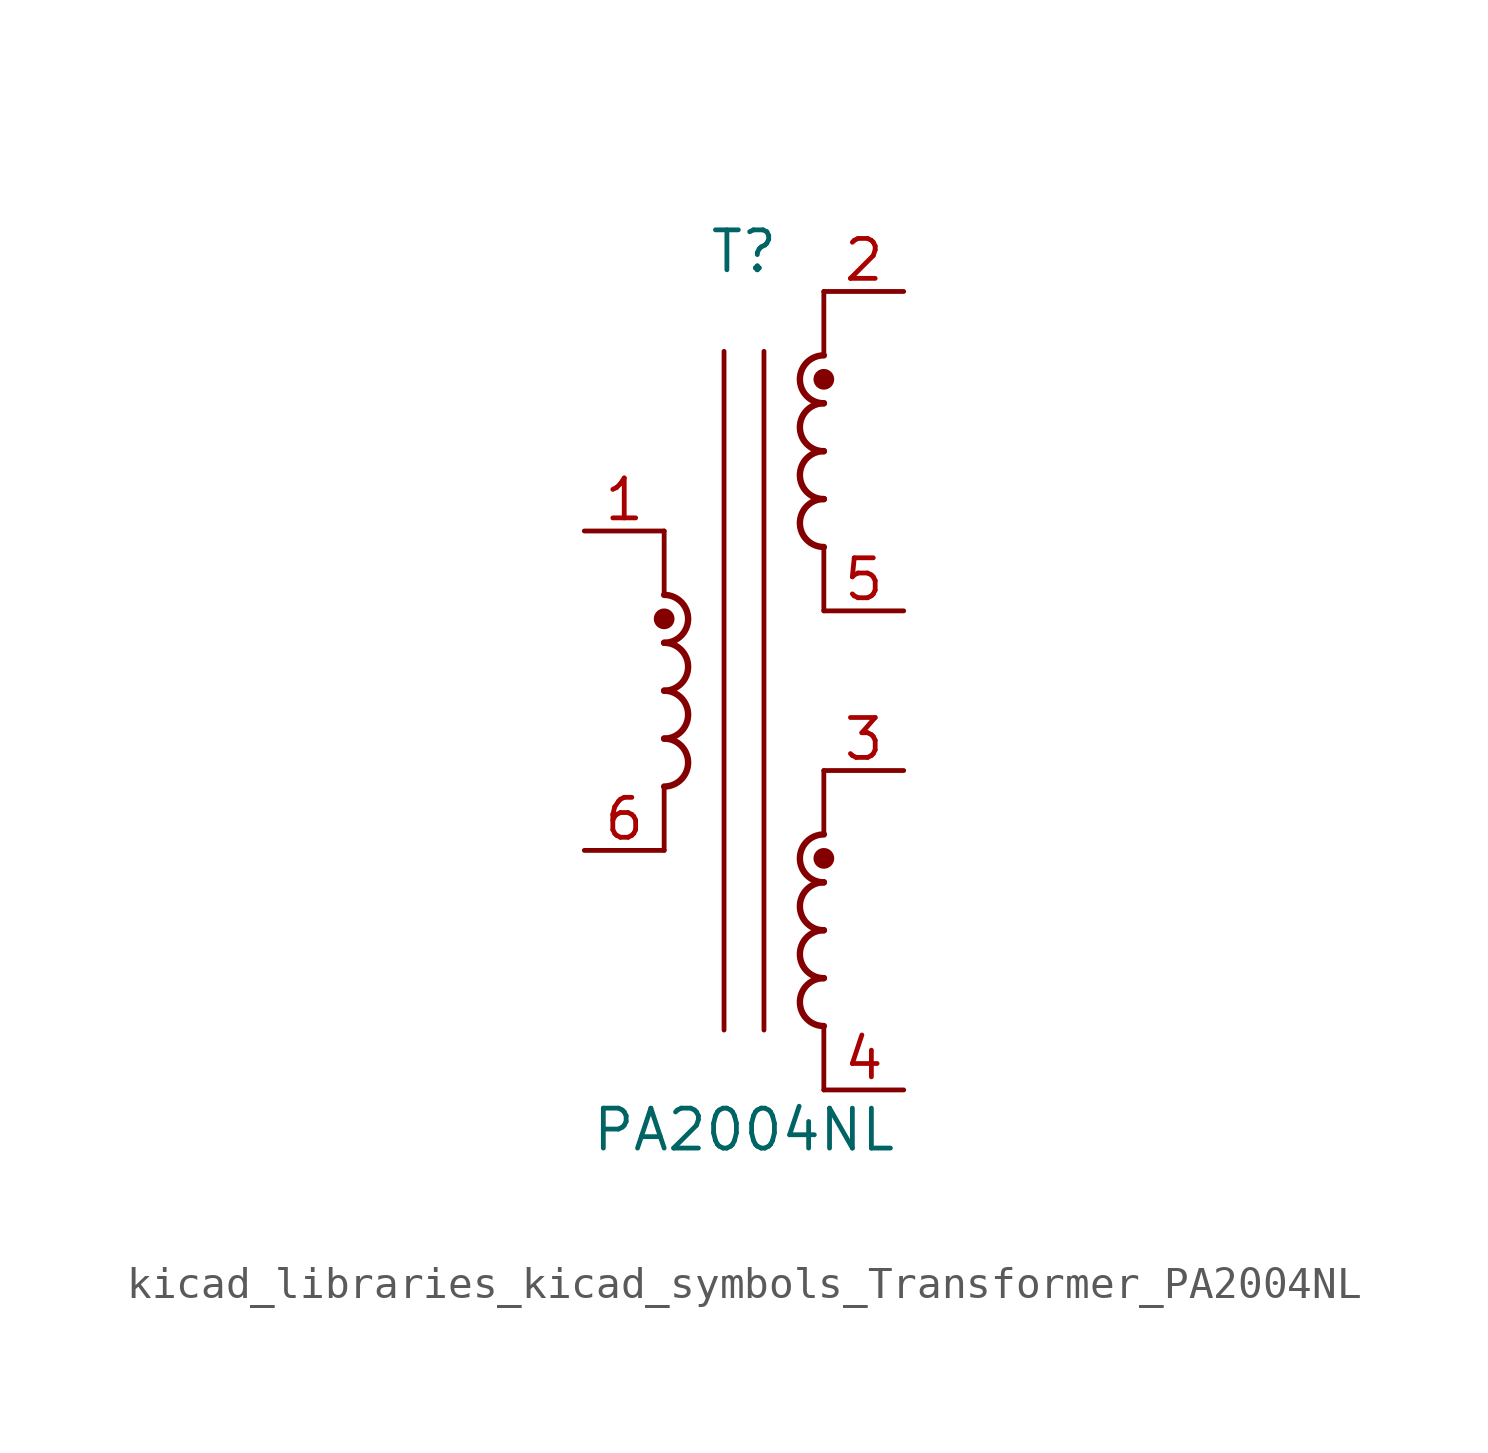
<source format=kicad_sym>
(kicad_symbol_lib
  (version 20220914)
  (generator kicad_symbol_editor)
  (symbol "kicad_libraries_kicad_symbols_Transformer_PA2004NL"
    (pin_names hide)
    (property "Reference" "T"
      (at 0 13.97 0)
      (effects (font (size 1.27 1.27))))
    (property "Value" "PA2004NL"
      (at 0 -13.97 0)
      (effects (font (size 1.27 1.27))))
    (symbol "kicad_libraries_kicad_symbols_Transformer_PA2004NL_0_1"
      (arc (start -2.54 -3.048) (mid -1.7813 -2.286) (end -2.54 -1.524) (stroke (width 0.2032) (type default)) (fill (type none)))
      (arc (start -2.54 -1.524) (mid -1.7813 -0.762) (end -2.54 0) (stroke (width 0.2032) (type default)) (fill (type none)))
      (arc (start -2.54 0) (mid -1.7813 0.762) (end -2.54 1.524) (stroke (width 0.2032) (type default)) (fill (type none)))
      (circle (center -2.54 2.286) (radius 0.254) (stroke (width 0) (type default)) (fill (type outline)))
      (polyline (pts (xy -2.54 -3.048) (xy -2.54 -5.08)) (stroke (width 0) (type default)) (fill (type none)))
      (polyline (pts (xy -2.54 5.08) (xy -2.54 3.048)) (stroke (width 0) (type default)) (fill (type none)))
      (polyline (pts (xy -0.635 10.795) (xy -0.635 -10.795)) (stroke (width 0) (type default)) (fill (type none)))
      (polyline (pts (xy 0.635 10.795) (xy 0.635 -10.795)) (stroke (width 0) (type default)) (fill (type none)))
      (polyline (pts (xy 2.54 -10.668) (xy 2.54 -12.7)) (stroke (width 0) (type default)) (fill (type none)))
      (polyline (pts (xy 2.54 -2.54) (xy 2.54 -4.572)) (stroke (width 0) (type default)) (fill (type none)))
      (polyline (pts (xy 2.54 4.572) (xy 2.54 2.54)) (stroke (width 0) (type default)) (fill (type none)))
      (polyline (pts (xy 2.54 12.7) (xy 2.54 10.668)) (stroke (width 0) (type default)) (fill (type none)))
      (arc (start 2.54 -9.144) (mid 1.7813 -9.906) (end 2.54 -10.668) (stroke (width 0.2032) (type default)) (fill (type none)))
      (arc (start 2.54 -7.62) (mid 1.7813 -8.382) (end 2.54 -9.144) (stroke (width 0.2032) (type default)) (fill (type none)))
      (arc (start 2.54 -6.096) (mid 1.7813 -6.858) (end 2.54 -7.62) (stroke (width 0.2032) (type default)) (fill (type none)))
      (circle (center 2.54 -5.334) (radius 0.254) (stroke (width 0) (type default)) (fill (type outline)))
      (arc (start 2.54 -4.572) (mid 1.7813 -5.334) (end 2.54 -6.096) (stroke (width 0.2032) (type default)) (fill (type none)))
      (arc (start 2.54 6.096) (mid 1.7813 5.334) (end 2.54 4.572) (stroke (width 0.2032) (type default)) (fill (type none)))
      (arc (start 2.54 7.62) (mid 1.7813 6.858) (end 2.54 6.096) (stroke (width 0.2032) (type default)) (fill (type none)))
      (arc (start 2.54 9.144) (mid 1.7813 8.382) (end 2.54 7.62) (stroke (width 0.2032) (type default)) (fill (type none)))
      (circle (center 2.54 9.906) (radius 0.254) (stroke (width 0) (type default)) (fill (type outline)))
      (arc (start 2.54 10.668) (mid 1.7813 9.906) (end 2.54 9.144) (stroke (width 0.2032) (type default)) (fill (type none))))
    (symbol "kicad_libraries_kicad_symbols_Transformer_PA2004NL_1_1"
      (arc (start -2.54 1.524) (mid -1.7813 2.286) (end -2.54 3.048) (stroke (width 0.2032) (type default)) (fill (type none)))
      (pin passive line (at -5.08 5.08 0) (length 2.54) (name "~" (effects (font (size 1.27 1.27)))) (number "1" (effects (font (size 1.27 1.27)))))
      (pin passive line (at 5.08 12.7 180) (length 2.54) (name "~" (effects (font (size 1.27 1.27)))) (number "2" (effects (font (size 1.27 1.27)))))
      (pin passive line (at 5.08 -2.54 180) (length 2.54) (name "~" (effects (font (size 1.27 1.27)))) (number "3" (effects (font (size 1.27 1.27)))))
      (pin passive line (at 5.08 -12.7 180) (length 2.54) (name "~" (effects (font (size 1.27 1.27)))) (number "4" (effects (font (size 1.27 1.27)))))
      (pin passive line (at 5.08 2.54 180) (length 2.54) (name "~" (effects (font (size 1.27 1.27)))) (number "5" (effects (font (size 1.27 1.27)))))
      (pin passive line (at -5.08 -5.08 0) (length 2.54) (name "~" (effects (font (size 1.27 1.27)))) (number "6" (effects (font (size 1.27 1.27))))))))
</source>
